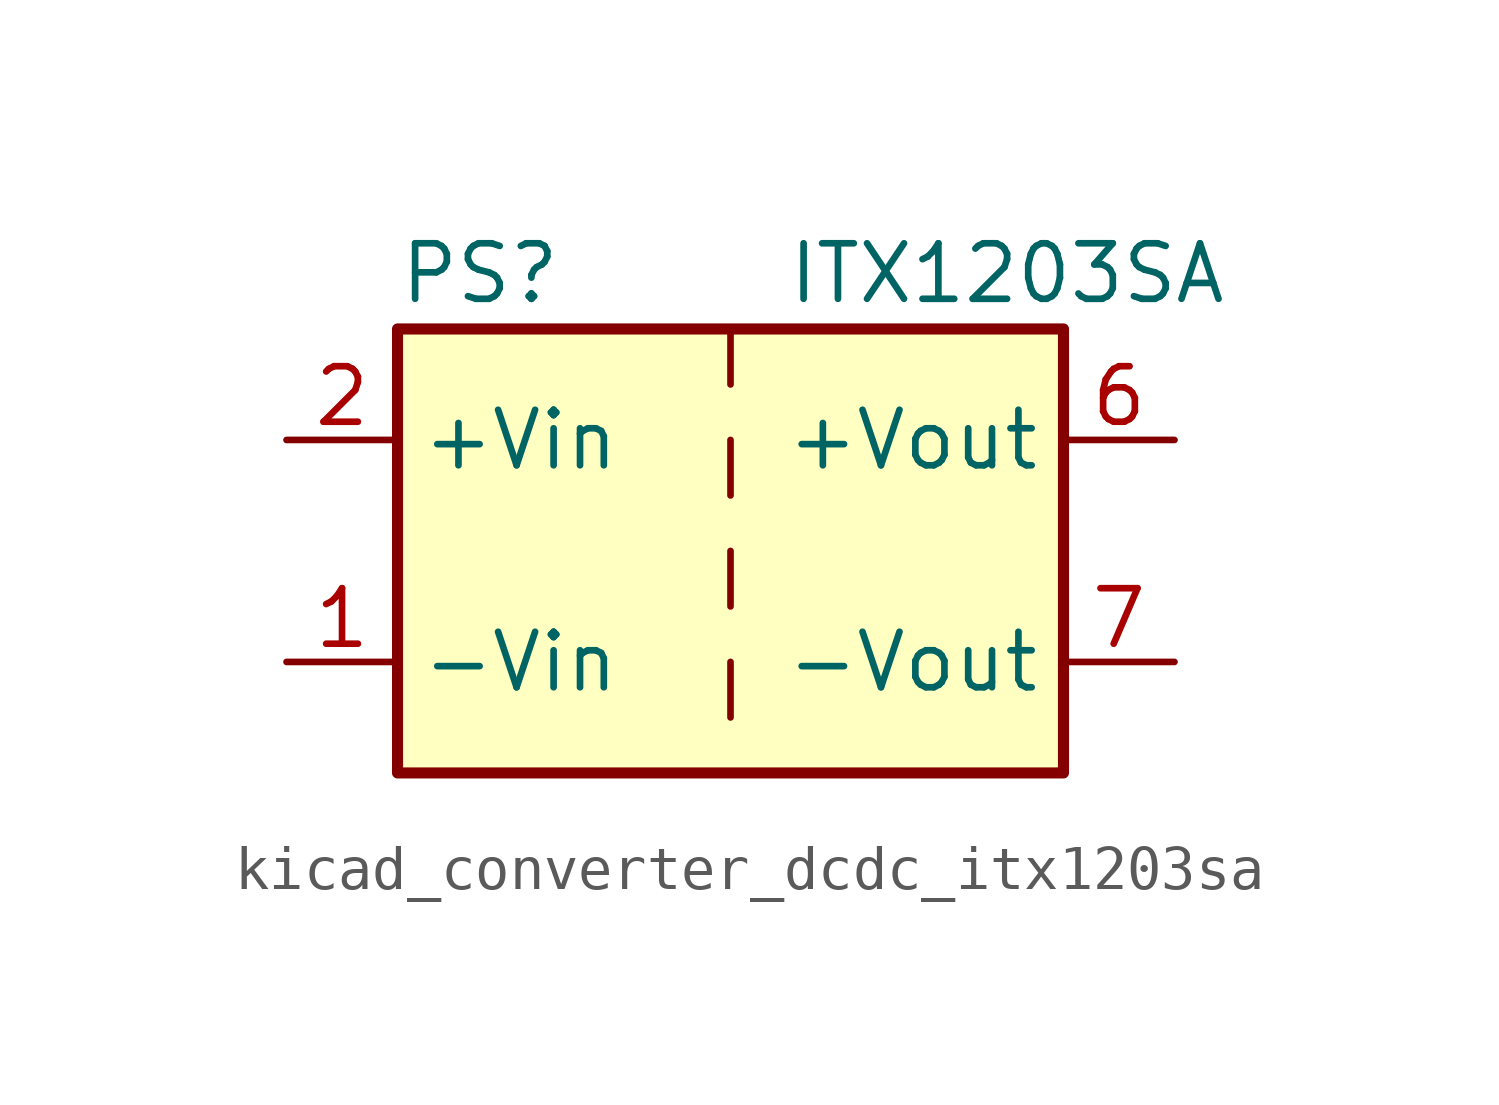
<source format=kicad_sym>
(kicad_symbol_lib
  (version 20220914)
  (generator kicad_symbol_editor)
  (symbol "kicad_converter_dcdc_itx1203sa"
    (property "Reference" "PS"
      (at -7.62 6.35 0)
      (effects (font (size 1.27 1.27)) (justify left)))
    (property "Value" "ITX1203SA"
      (at 1.27 6.35 0)
      (effects (font (size 1.27 1.27)) (justify left)))
    (symbol "kicad_converter_dcdc_itx1203sa_0_0"
      (pin power_in line (at -10.16 -2.54 0) (length 2.54) (name "-Vin" (effects (font (size 1.27 1.27)))) (number "1" (effects (font (size 1.27 1.27)))))
      (pin power_in line (at -10.16 2.54 0) (length 2.54) (name "+Vin" (effects (font (size 1.27 1.27)))) (number "2" (effects (font (size 1.27 1.27)))))
      (pin power_out line (at 10.16 2.54 180) (length 2.54) (name "+Vout" (effects (font (size 1.27 1.27)))) (number "6" (effects (font (size 1.27 1.27)))))
      (pin power_out line (at 10.16 -2.54 180) (length 2.54) (name "-Vout" (effects (font (size 1.27 1.27)))) (number "7" (effects (font (size 1.27 1.27)))))
      (pin no_connect line (at 7.62 0 180) (length 2.54) hide (name "NC" (effects (font (size 1.27 1.27)))) (number "8" (effects (font (size 1.27 1.27))))))
    (symbol "kicad_converter_dcdc_itx1203sa_0_1"
      (rectangle (start -7.62 5.08) (end 7.62 -5.08) (stroke (width 0.254) (type default)) (fill (type background)))
      (polyline (pts (xy 0 -2.54) (xy 0 -3.81)) (stroke (width 0) (type default)) (fill (type none)))
      (polyline (pts (xy 0 0) (xy 0 -1.27)) (stroke (width 0) (type default)) (fill (type none)))
      (polyline (pts (xy 0 2.54) (xy 0 1.27)) (stroke (width 0) (type default)) (fill (type none)))
      (polyline (pts (xy 0 5.08) (xy 0 3.81)) (stroke (width 0) (type default)) (fill (type none))))))
</source>
